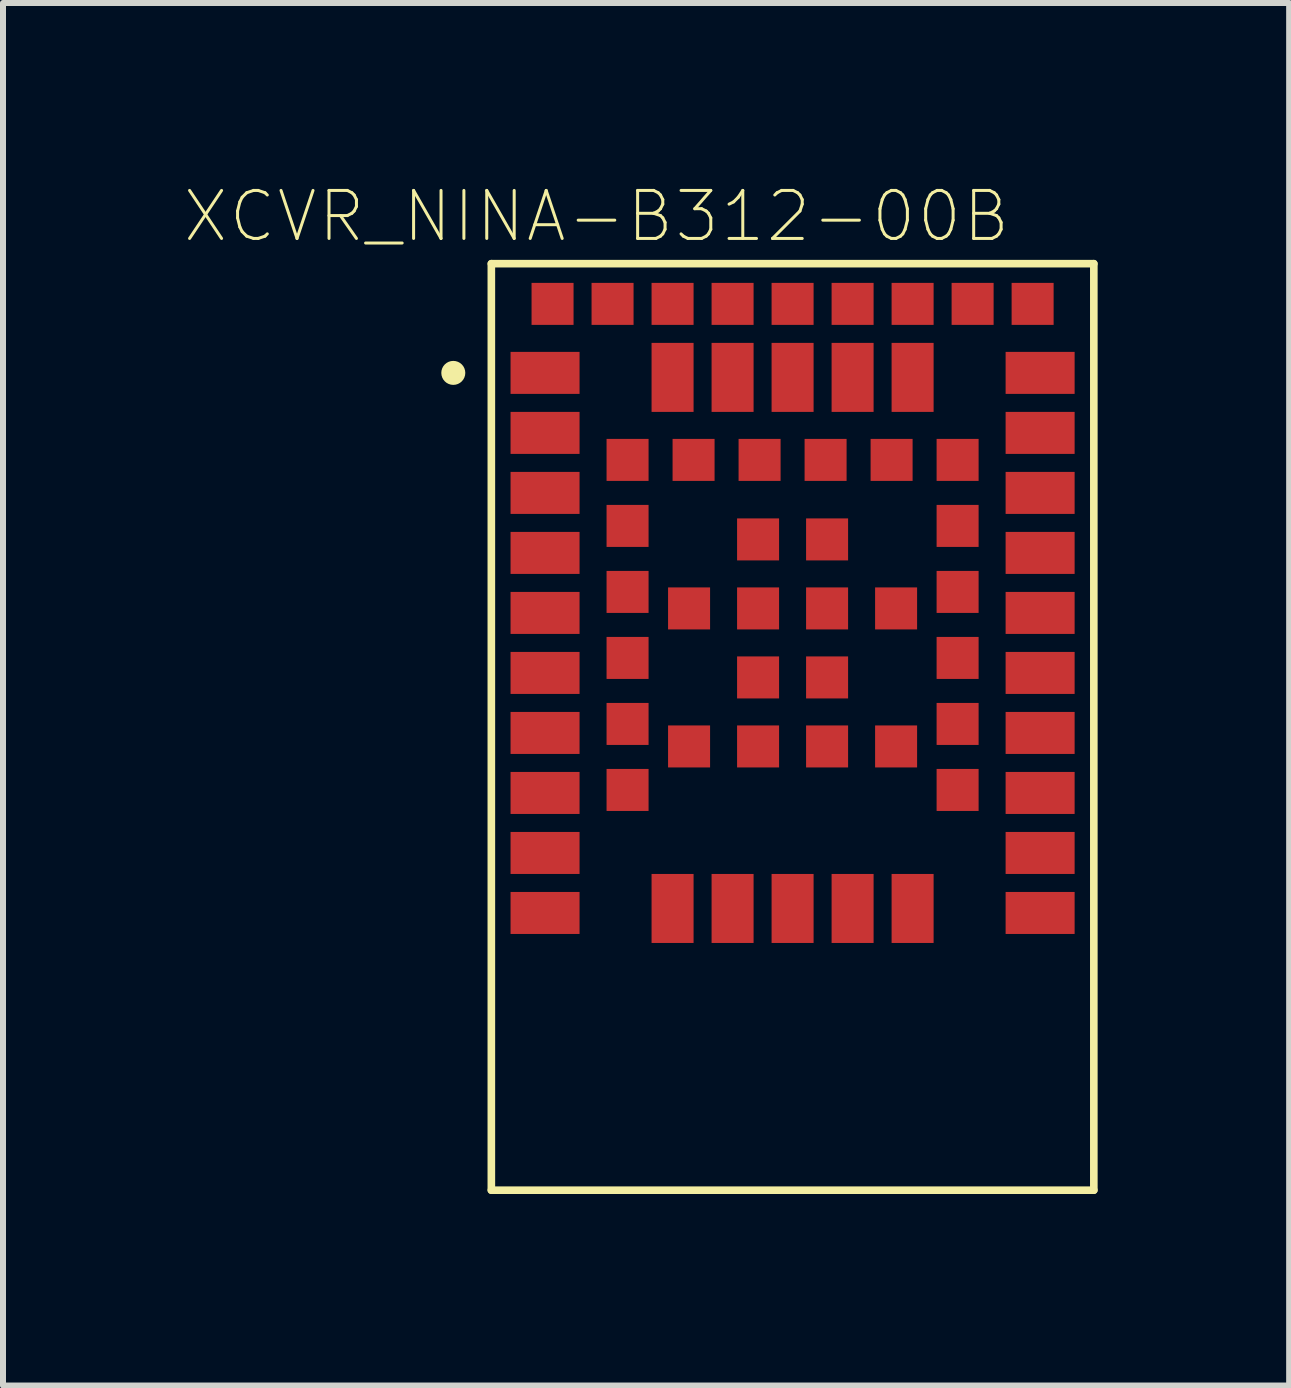
<source format=kicad_pcb>
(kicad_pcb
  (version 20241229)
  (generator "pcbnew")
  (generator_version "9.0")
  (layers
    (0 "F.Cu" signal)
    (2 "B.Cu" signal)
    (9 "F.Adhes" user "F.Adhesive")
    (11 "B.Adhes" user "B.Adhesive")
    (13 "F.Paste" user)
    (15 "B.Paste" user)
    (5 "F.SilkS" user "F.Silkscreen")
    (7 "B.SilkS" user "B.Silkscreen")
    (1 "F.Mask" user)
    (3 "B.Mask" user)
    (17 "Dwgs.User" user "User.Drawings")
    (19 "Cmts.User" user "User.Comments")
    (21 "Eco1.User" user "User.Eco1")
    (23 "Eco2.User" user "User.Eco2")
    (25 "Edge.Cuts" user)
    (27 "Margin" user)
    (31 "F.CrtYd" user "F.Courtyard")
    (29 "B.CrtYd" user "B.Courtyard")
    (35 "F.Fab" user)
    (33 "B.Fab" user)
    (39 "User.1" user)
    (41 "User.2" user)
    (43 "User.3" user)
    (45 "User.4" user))
  (footprint "XCVR_NINA-B312-00B"
    (layer "F.Cu")
    (at 10.158 7.164)
    (property "Reference" "XCVR_NINA-B312-00B" (at -3.268 -6.608 0) (layer "F.SilkS") (effects (font (size 0.8 0.8) (thickness 0.05))))
    (attr smd)
    (fp_line (start -5.02 -5.82) (end 5.02 -5.82) (stroke (width 0.127) (type solid)) (layer "F.SilkS"))
    (fp_line (start -5.02 9.62) (end -5.02 -5.82) (stroke (width 0.127) (type solid)) (layer "F.SilkS"))
    (fp_line (start 5.02 -5.82) (end 5.02 9.62) (stroke (width 0.127) (type solid)) (layer "F.SilkS"))
    (fp_line (start 5.02 9.62) (end -5.02 9.62) (stroke (width 0.127) (type solid)) (layer "F.SilkS"))
    (fp_circle (center -5.654 -4) (end -5.554 -4) (stroke (width 0.2) (type solid)) (fill no) (layer "F.SilkS"))
    (fp_line (start -5.25 -6.05) (end 5.25 -6.05) (stroke (width 0.05) (type solid)) (layer "Eco1.User"))
    (fp_line (start -5.25 9.85) (end -5.25 -6.05) (stroke (width 0.05) (type solid)) (layer "Eco1.User"))
    (fp_line (start 5.25 -6.05) (end 5.25 9.85) (stroke (width 0.05) (type solid)) (layer "Eco1.User"))
    (fp_line (start 5.25 9.85) (end -5.25 9.85) (stroke (width 0.05) (type solid)) (layer "Eco1.User"))
    (fp_line (start -5 -5.8) (end 5 -5.8) (stroke (width 0.127) (type solid)) (layer "Eco2.User"))
    (fp_line (start -5 9.6) (end -5 -5.8) (stroke (width 0.127) (type solid)) (layer "Eco2.User"))
    (fp_line (start 5 -5.8) (end 5 9.6) (stroke (width 0.127) (type solid)) (layer "Eco2.User"))
    (fp_line (start 5 9.6) (end -5 9.6) (stroke (width 0.127) (type solid)) (layer "Eco2.User"))
    (fp_circle (center -5.654 -4) (end -5.554 -4) (stroke (width 0.2) (type solid)) (fill no) (layer "Eco2.User"))
    (pad "1" smd rect (at -4.125 -4) (size 1.15 0.7) (layers "F.Cu" "F.Mask" "F.Paste"))
    (pad "2" smd rect (at -4.125 -3) (size 1.15 0.7) (layers "F.Cu" "F.Mask" "F.Paste"))
    (pad "3" smd rect (at -4.125 -2) (size 1.15 0.7) (layers "F.Cu" "F.Mask" "F.Paste"))
    (pad "4" smd rect (at -4.125 -1) (size 1.15 0.7) (layers "F.Cu" "F.Mask" "F.Paste"))
    (pad "5" smd rect (at -4.125 0) (size 1.15 0.7) (layers "F.Cu" "F.Mask" "F.Paste"))
    (pad "6" smd rect (at -4.125 1) (size 1.15 0.7) (layers "F.Cu" "F.Mask" "F.Paste"))
    (pad "7" smd rect (at -4.125 2) (size 1.15 0.7) (layers "F.Cu" "F.Mask" "F.Paste"))
    (pad "8" smd rect (at -4.125 3) (size 1.15 0.7) (layers "F.Cu" "F.Mask" "F.Paste"))
    (pad "9" smd rect (at -4.125 4) (size 1.15 0.7) (layers "F.Cu" "F.Mask" "F.Paste"))
    (pad "10" smd rect (at -4.125 5) (size 1.15 0.7) (layers "F.Cu" "F.Mask" "F.Paste"))
    (pad "11" smd rect (at -2 4.925 90) (size 1.15 0.7) (layers "F.Cu" "F.Mask" "F.Paste"))
    (pad "12" smd rect (at -1 4.925 90) (size 1.15 0.7) (layers "F.Cu" "F.Mask" "F.Paste"))
    (pad "13" smd rect (at 0 4.925 90) (size 1.15 0.7) (layers "F.Cu" "F.Mask" "F.Paste"))
    (pad "14" smd rect (at 1 4.925 90) (size 1.15 0.7) (layers "F.Cu" "F.Mask" "F.Paste"))
    (pad "15" smd rect (at 2 4.925 90) (size 1.15 0.7) (layers "F.Cu" "F.Mask" "F.Paste"))
    (pad "16" smd rect (at 4.125 5) (size 1.15 0.7) (layers "F.Cu" "F.Mask" "F.Paste"))
    (pad "17" smd rect (at 4.125 4) (size 1.15 0.7) (layers "F.Cu" "F.Mask" "F.Paste"))
    (pad "18" smd rect (at 4.125 3) (size 1.15 0.7) (layers "F.Cu" "F.Mask" "F.Paste"))
    (pad "19" smd rect (at 4.125 2) (size 1.15 0.7) (layers "F.Cu" "F.Mask" "F.Paste"))
    (pad "20" smd rect (at 4.125 1) (size 1.15 0.7) (layers "F.Cu" "F.Mask" "F.Paste"))
    (pad "21" smd rect (at 4.125 0) (size 1.15 0.7) (layers "F.Cu" "F.Mask" "F.Paste"))
    (pad "22" smd rect (at 4.125 -1) (size 1.15 0.7) (layers "F.Cu" "F.Mask" "F.Paste"))
    (pad "23" smd rect (at 4.125 -2) (size 1.15 0.7) (layers "F.Cu" "F.Mask" "F.Paste"))
    (pad "24" smd rect (at 4.125 -3) (size 1.15 0.7) (layers "F.Cu" "F.Mask" "F.Paste"))
    (pad "25" smd rect (at 4.125 -4) (size 1.15 0.7) (layers "F.Cu" "F.Mask" "F.Paste"))
    (pad "26" smd rect (at 2 -3.925 90) (size 1.15 0.7) (layers "F.Cu" "F.Mask" "F.Paste"))
    (pad "27" smd rect (at 1 -3.925 90) (size 1.15 0.7) (layers "F.Cu" "F.Mask" "F.Paste"))
    (pad "28" smd rect (at 0 -3.925 90) (size 1.15 0.7) (layers "F.Cu" "F.Mask" "F.Paste"))
    (pad "29" smd rect (at -1 -3.925 90) (size 1.15 0.7) (layers "F.Cu" "F.Mask" "F.Paste"))
    (pad "30" smd rect (at -2 -3.925 90) (size 1.15 0.7) (layers "F.Cu" "F.Mask" "F.Paste"))
    (pad "31" smd rect (at -2.75 -2.55 90) (size 0.7 0.7) (layers "F.Cu" "F.Mask" "F.Paste"))
    (pad "32" smd rect (at -2.75 -1.45 90) (size 0.7 0.7) (layers "F.Cu" "F.Mask" "F.Paste"))
    (pad "33" smd rect (at -2.75 -0.35 90) (size 0.7 0.7) (layers "F.Cu" "F.Mask" "F.Paste"))
    (pad "34" smd rect (at -2.75 0.75 90) (size 0.7 0.7) (layers "F.Cu" "F.Mask" "F.Paste"))
    (pad "35" smd rect (at -2.75 1.85 90) (size 0.7 0.7) (layers "F.Cu" "F.Mask" "F.Paste"))
    (pad "36" smd rect (at -2.75 2.95 90) (size 0.7 0.7) (layers "F.Cu" "F.Mask" "F.Paste"))
    (pad "37" smd rect (at 2.75 2.95 90) (size 0.7 0.7) (layers "F.Cu" "F.Mask" "F.Paste"))
    (pad "38" smd rect (at 2.75 1.85 90) (size 0.7 0.7) (layers "F.Cu" "F.Mask" "F.Paste"))
    (pad "39" smd rect (at 2.75 0.75 90) (size 0.7 0.7) (layers "F.Cu" "F.Mask" "F.Paste"))
    (pad "40" smd rect (at 2.75 -0.35 90) (size 0.7 0.7) (layers "F.Cu" "F.Mask" "F.Paste"))
    (pad "41" smd rect (at 2.75 -1.45 90) (size 0.7 0.7) (layers "F.Cu" "F.Mask" "F.Paste"))
    (pad "42" smd rect (at 2.75 -2.55 90) (size 0.7 0.7) (layers "F.Cu" "F.Mask" "F.Paste"))
    (pad "43" smd rect (at 1.65 -2.55 90) (size 0.7 0.7) (layers "F.Cu" "F.Mask" "F.Paste"))
    (pad "44" smd rect (at 0.55 -2.55 90) (size 0.7 0.7) (layers "F.Cu" "F.Mask" "F.Paste"))
    (pad "45" smd rect (at -0.55 -2.55 90) (size 0.7 0.7) (layers "F.Cu" "F.Mask" "F.Paste"))
    (pad "46" smd rect (at -1.65 -2.55 90) (size 0.7 0.7) (layers "F.Cu" "F.Mask" "F.Paste"))
    (pad "47" smd rect (at 4 -5.15 90) (size 0.7 0.7) (layers "F.Cu" "F.Mask" "F.Paste"))
    (pad "48" smd rect (at 3 -5.15 90) (size 0.7 0.7) (layers "F.Cu" "F.Mask" "F.Paste"))
    (pad "49" smd rect (at 2 -5.15 90) (size 0.7 0.7) (layers "F.Cu" "F.Mask" "F.Paste"))
    (pad "50" smd rect (at 1 -5.15 90) (size 0.7 0.7) (layers "F.Cu" "F.Mask" "F.Paste"))
    (pad "51" smd rect (at 0 -5.15 90) (size 0.7 0.7) (layers "F.Cu" "F.Mask" "F.Paste"))
    (pad "52" smd rect (at -1 -5.15 90) (size 0.7 0.7) (layers "F.Cu" "F.Mask" "F.Paste"))
    (pad "53" smd rect (at -2 -5.15 90) (size 0.7 0.7) (layers "F.Cu" "F.Mask" "F.Paste"))
    (pad "54" smd rect (at -3 -5.15 90) (size 0.7 0.7) (layers "F.Cu" "F.Mask" "F.Paste"))
    (pad "55" smd rect (at -4 -5.15 90) (size 0.7 0.7) (layers "F.Cu" "F.Mask" "F.Paste"))
    (pad "EGP1" smd rect (at -0.575 -1.225 90) (size 0.7 0.7) (layers "F.Cu" "F.Mask" "F.Paste"))
    (pad "EGP2" smd rect (at 0.575 -1.225 90) (size 0.7 0.7) (layers "F.Cu" "F.Mask" "F.Paste"))
    (pad "EGP3" smd rect (at -1.725 -0.075 90) (size 0.7 0.7) (layers "F.Cu" "F.Mask" "F.Paste"))
    (pad "EGP4" smd rect (at -0.575 -0.075 90) (size 0.7 0.7) (layers "F.Cu" "F.Mask" "F.Paste"))
    (pad "EGP5" smd rect (at 0.575 -0.075 90) (size 0.7 0.7) (layers "F.Cu" "F.Mask" "F.Paste"))
    (pad "EGP6" smd rect (at 1.725 -0.075 90) (size 0.7 0.7) (layers "F.Cu" "F.Mask" "F.Paste"))
    (pad "EGP7" smd rect (at -0.575 1.075 90) (size 0.7 0.7) (layers "F.Cu" "F.Mask" "F.Paste"))
    (pad "EGP8" smd rect (at 0.575 1.075 90) (size 0.7 0.7) (layers "F.Cu" "F.Mask" "F.Paste"))
    (pad "EGP9" smd rect (at -1.725 2.225 90) (size 0.7 0.7) (layers "F.Cu" "F.Mask" "F.Paste"))
    (pad "EGP10" smd rect (at -0.575 2.225 90) (size 0.7 0.7) (layers "F.Cu" "F.Mask" "F.Paste"))
    (pad "EGP11" smd rect (at 0.575 2.225 90) (size 0.7 0.7) (layers "F.Cu" "F.Mask" "F.Paste"))
    (pad "EGP12" smd rect (at 1.725 2.225 90) (size 0.7 0.7) (layers "F.Cu" "F.Mask" "F.Paste")))
  (gr_rect
    (start -3 -3)
    (end 18.433 20.039)
    (stroke (width 0.1) (type default))
    (fill no)
    (layer "Edge.Cuts")))
</source>
